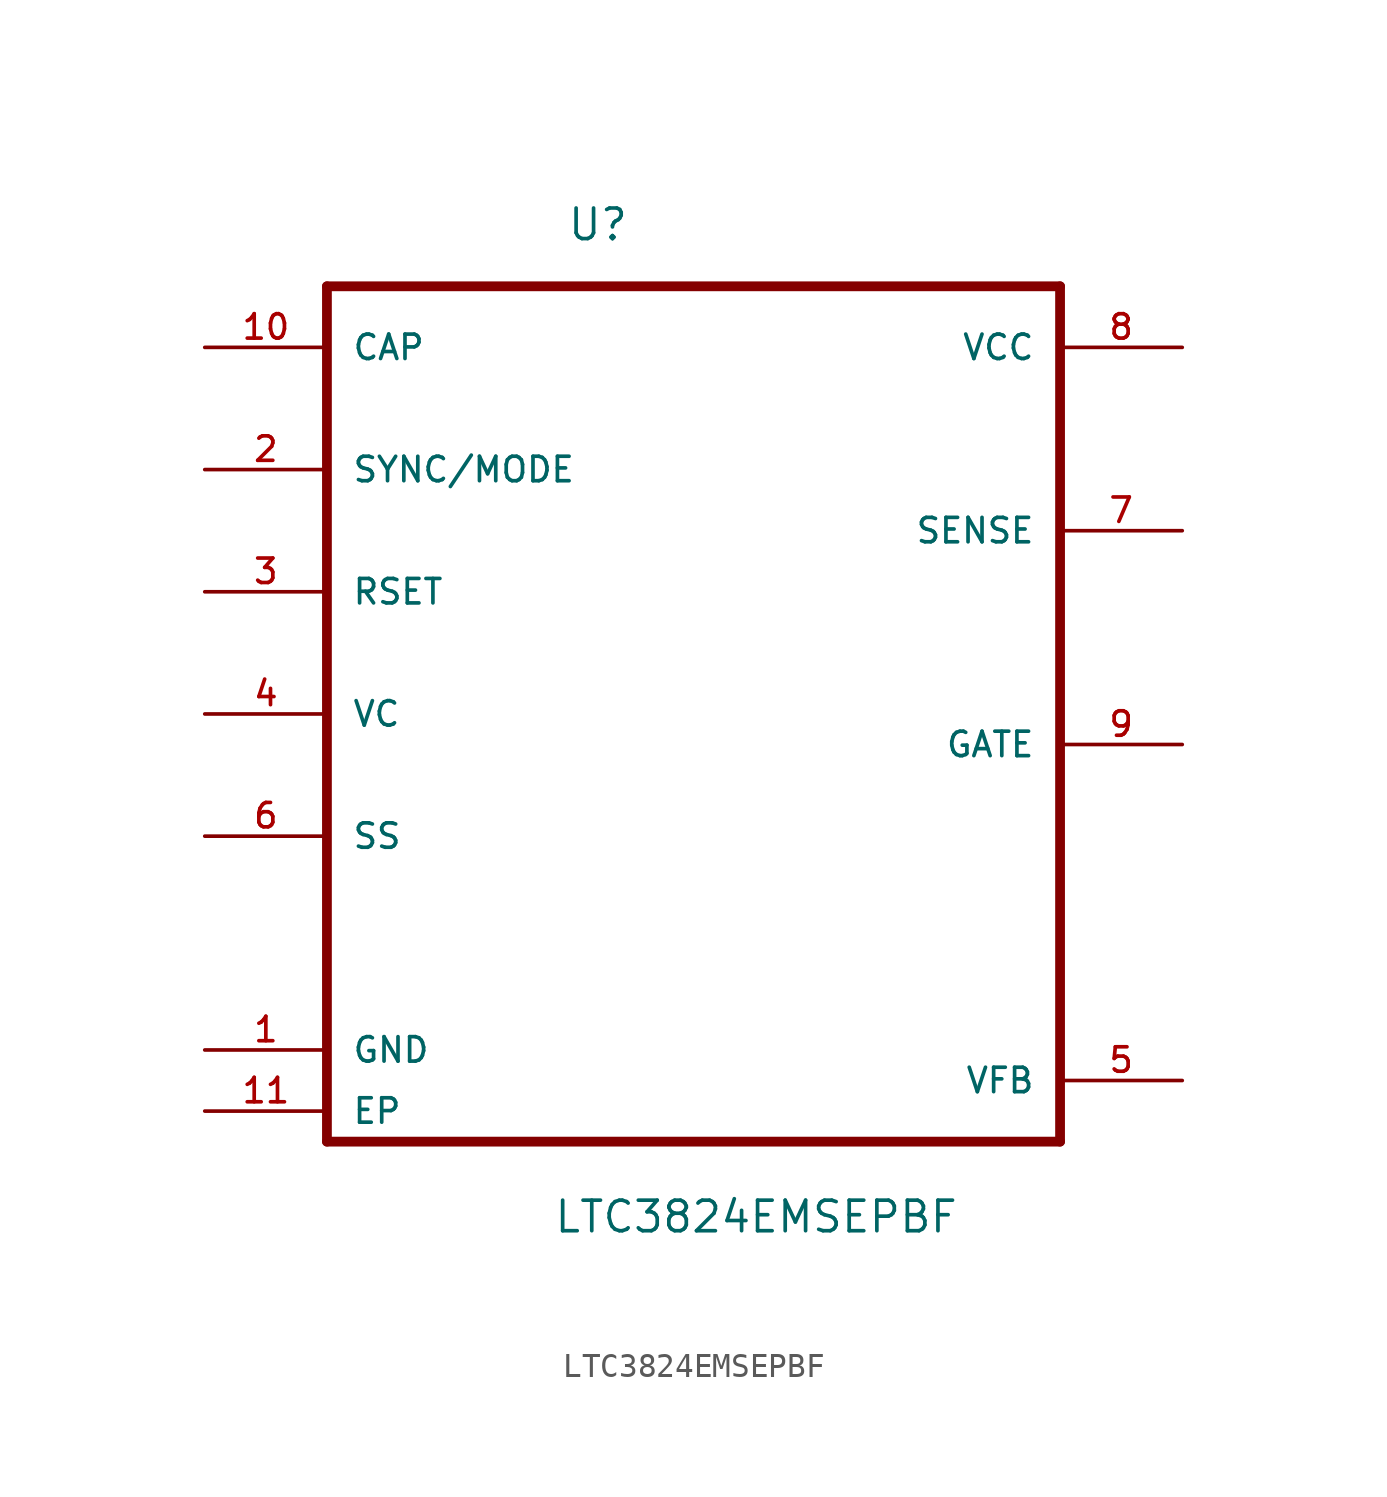
<source format=kicad_sym>
(kicad_symbol_lib
  (version 20211014)
  (generator kicad_symbol_editor)
  (symbol "LTC3824EMSEPBF"
    (pin_names
      (offset 1.016))
    (property "Reference" "U"
      (at -5.283 17.805 0)
      (effects (font (size 1.27 1.27)) (justify left)))
    (property "Value" "LTC3824EMSEPBF"
      (at -5.842 -23.444 0)
      (effects (font (size 1.27 1.27)) (justify left)))
    (property "Datasheet" ""
      (at 0 0 0)
      (effects (font (size 1.524 1.524))))
    (symbol "LTC3824EMSEPBF_0_0"
      (polyline (pts (xy -15.24 -20.32) (xy 15.24 -20.32)) (stroke (width 0.406) (type default) (color 0 0 0 0)) (fill (type none)))
      (polyline (pts (xy -15.24 15.24) (xy -15.24 -20.32)) (stroke (width 0.406) (type default) (color 0 0 0 0)) (fill (type none)))
      (polyline (pts (xy 15.24 -20.32) (xy 15.24 15.24)) (stroke (width 0.406) (type default) (color 0 0 0 0)) (fill (type none)))
      (polyline (pts (xy 15.24 15.24) (xy -15.24 15.24)) (stroke (width 0.406) (type default) (color 0 0 0 0)) (fill (type none)))
      (pin passive line (at -20.32 -16.51 0) (length 5.08) (name "GND" (effects (font (size 1.016 1.016)))) (number "1" (effects (font (size 1.016 1.016)))))
      (pin passive line (at -20.32 12.7 0) (length 5.08) (name "CAP" (effects (font (size 1.016 1.016)))) (number "10" (effects (font (size 1.016 1.016)))))
      (pin passive line (at -20.32 -19.05 0) (length 5.08) (name "EP" (effects (font (size 1.016 1.016)))) (number "11" (effects (font (size 1.016 1.016)))))
      (pin input line (at -20.32 7.62 0) (length 5.08) (name "SYNC/MODE" (effects (font (size 1.016 1.016)))) (number "2" (effects (font (size 1.016 1.016)))))
      (pin input line (at -20.32 2.54 0) (length 5.08) (name "RSET" (effects (font (size 1.016 1.016)))) (number "3" (effects (font (size 1.016 1.016)))))
      (pin output line (at -20.32 -2.54 0) (length 5.08) (name "VC" (effects (font (size 1.016 1.016)))) (number "4" (effects (font (size 1.016 1.016)))))
      (pin input line (at 20.32 -17.78 180) (length 5.08) (name "VFB" (effects (font (size 1.016 1.016)))) (number "5" (effects (font (size 1.016 1.016)))))
      (pin input line (at -20.32 -7.62 0) (length 5.08) (name "SS" (effects (font (size 1.016 1.016)))) (number "6" (effects (font (size 1.016 1.016)))))
      (pin input line (at 20.32 5.08 180) (length 5.08) (name "SENSE" (effects (font (size 1.016 1.016)))) (number "7" (effects (font (size 1.016 1.016)))))
      (pin input line (at 20.32 12.7 180) (length 5.08) (name "VCC" (effects (font (size 1.016 1.016)))) (number "8" (effects (font (size 1.016 1.016)))))
      (pin output line (at 20.32 -3.81 180) (length 5.08) (name "GATE" (effects (font (size 1.016 1.016)))) (number "9" (effects (font (size 1.016 1.016))))))))
</source>
